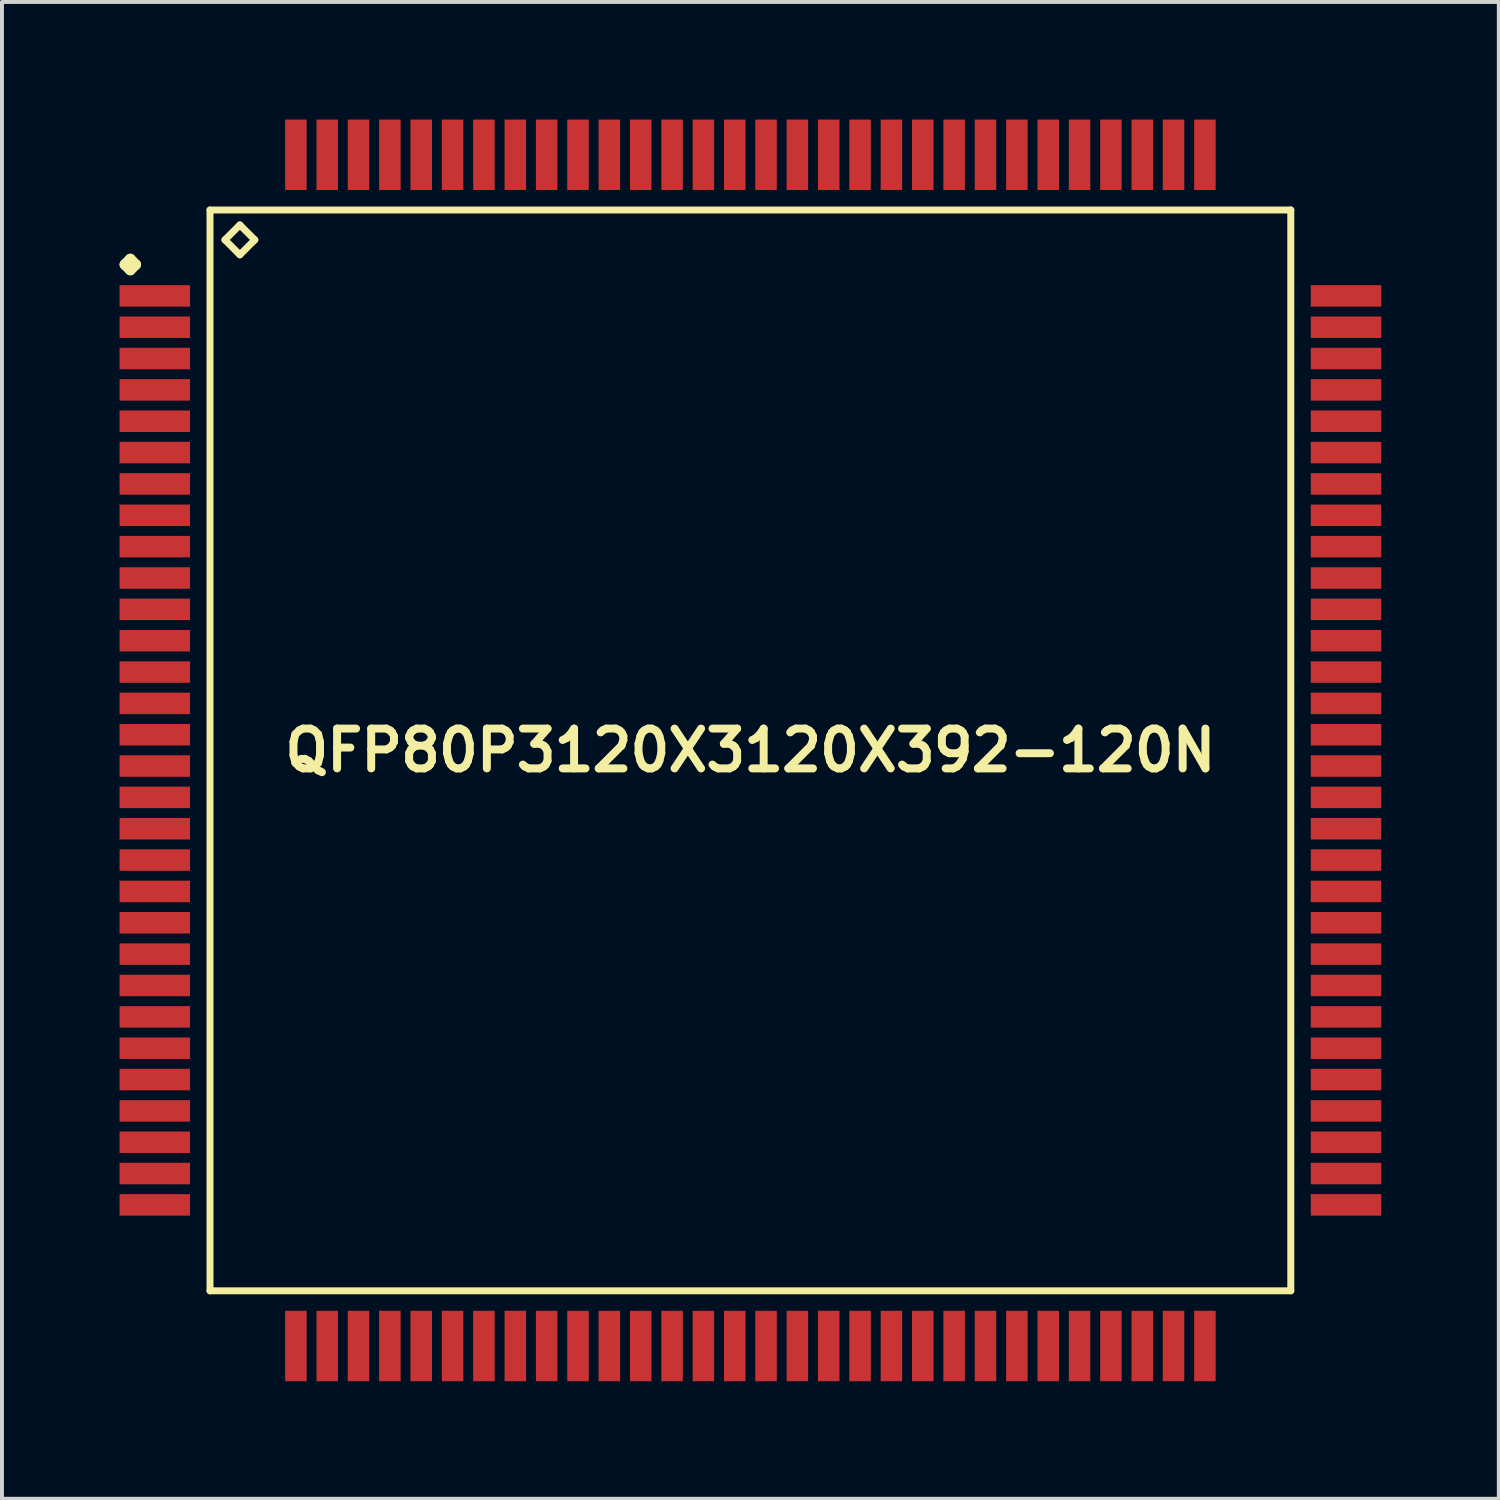
<source format=kicad_pcb>
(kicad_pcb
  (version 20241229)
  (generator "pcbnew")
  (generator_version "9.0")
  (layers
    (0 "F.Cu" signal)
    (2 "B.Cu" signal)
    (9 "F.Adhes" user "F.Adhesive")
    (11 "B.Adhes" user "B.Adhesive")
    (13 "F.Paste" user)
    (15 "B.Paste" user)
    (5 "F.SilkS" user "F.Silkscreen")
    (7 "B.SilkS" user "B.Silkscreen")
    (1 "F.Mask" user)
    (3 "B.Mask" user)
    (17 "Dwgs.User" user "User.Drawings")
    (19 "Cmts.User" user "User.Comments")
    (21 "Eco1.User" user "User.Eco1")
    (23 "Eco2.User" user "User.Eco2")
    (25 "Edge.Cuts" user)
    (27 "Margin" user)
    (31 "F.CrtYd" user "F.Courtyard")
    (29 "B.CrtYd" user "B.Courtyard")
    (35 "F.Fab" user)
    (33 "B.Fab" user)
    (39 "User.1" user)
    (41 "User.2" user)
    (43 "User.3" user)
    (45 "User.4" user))
  (footprint "QFP80P3120X3120X392-120N"
    (layer "F.Cu")
    (at 16.099 16.099)
    (property "Reference" "QFP80P3120X3120X392-120N" (at 0 0 0) (layer "F.SilkS") (effects (font (size 1.016 1.016) (thickness 0.203))))
    (attr smd)
    (fp_line (start -15.961 -12.398) (end -15.824 -12.537) (stroke (width 0.274) (type solid)) (layer "F.SilkS"))
    (fp_line (start -15.824 -12.537) (end -15.687 -12.398) (stroke (width 0.274) (type solid)) (layer "F.SilkS"))
    (fp_line (start -15.824 -12.261) (end -15.961 -12.398) (stroke (width 0.274) (type solid)) (layer "F.SilkS"))
    (fp_line (start -15.687 -12.398) (end -15.824 -12.261) (stroke (width 0.274) (type solid)) (layer "F.SilkS"))
    (fp_line (start -13.79 -13.79) (end -13.79 13.79) (stroke (width 0.178) (type solid)) (layer "F.SilkS"))
    (fp_line (start -13.79 13.79) (end 13.79 13.79) (stroke (width 0.178) (type solid)) (layer "F.SilkS"))
    (fp_line (start -13.409 -13.028) (end -13.028 -13.409) (stroke (width 0.178) (type solid)) (layer "F.SilkS"))
    (fp_line (start -13.028 -13.409) (end -12.647 -13.028) (stroke (width 0.178) (type solid)) (layer "F.SilkS"))
    (fp_line (start -13.028 -12.647) (end -13.409 -13.028) (stroke (width 0.178) (type solid)) (layer "F.SilkS"))
    (fp_line (start -12.647 -13.028) (end -13.028 -12.647) (stroke (width 0.178) (type solid)) (layer "F.SilkS"))
    (fp_line (start 13.79 -13.79) (end -13.79 -13.79) (stroke (width 0.178) (type solid)) (layer "F.SilkS"))
    (fp_line (start 13.79 13.79) (end 13.79 -13.79) (stroke (width 0.178) (type solid)) (layer "F.SilkS"))
    (pad "1" smd rect (at -15.199 -11.598) (size 1.798 0.549) (layers "F.Cu" "F.Mask" "F.Paste"))
    (pad "2" smd rect (at -15.199 -10.798) (size 1.798 0.549) (layers "F.Cu" "F.Mask" "F.Paste"))
    (pad "3" smd rect (at -15.199 -10) (size 1.798 0.549) (layers "F.Cu" "F.Mask" "F.Paste"))
    (pad "4" smd rect (at -15.199 -9.2) (size 1.798 0.549) (layers "F.Cu" "F.Mask" "F.Paste"))
    (pad "5" smd rect (at -15.199 -8.4) (size 1.798 0.549) (layers "F.Cu" "F.Mask" "F.Paste"))
    (pad "6" smd rect (at -15.199 -7.6) (size 1.798 0.549) (layers "F.Cu" "F.Mask" "F.Paste"))
    (pad "7" smd rect (at -15.199 -6.8) (size 1.798 0.549) (layers "F.Cu" "F.Mask" "F.Paste"))
    (pad "8" smd rect (at -15.199 -5.999) (size 1.798 0.549) (layers "F.Cu" "F.Mask" "F.Paste"))
    (pad "9" smd rect (at -15.199 -5.199) (size 1.798 0.549) (layers "F.Cu" "F.Mask" "F.Paste"))
    (pad "10" smd rect (at -15.199 -4.399) (size 1.798 0.549) (layers "F.Cu" "F.Mask" "F.Paste"))
    (pad "11" smd rect (at -15.199 -3.599) (size 1.798 0.549) (layers "F.Cu" "F.Mask" "F.Paste"))
    (pad "12" smd rect (at -15.199 -2.799) (size 1.798 0.549) (layers "F.Cu" "F.Mask" "F.Paste"))
    (pad "13" smd rect (at -15.199 -1.999) (size 1.798 0.549) (layers "F.Cu" "F.Mask" "F.Paste"))
    (pad "14" smd rect (at -15.199 -1.199) (size 1.798 0.549) (layers "F.Cu" "F.Mask" "F.Paste"))
    (pad "15" smd rect (at -15.199 -0.399) (size 1.798 0.549) (layers "F.Cu" "F.Mask" "F.Paste"))
    (pad "16" smd rect (at -15.199 0.399) (size 1.798 0.549) (layers "F.Cu" "F.Mask" "F.Paste"))
    (pad "17" smd rect (at -15.199 1.199) (size 1.798 0.549) (layers "F.Cu" "F.Mask" "F.Paste"))
    (pad "18" smd rect (at -15.199 1.999) (size 1.798 0.549) (layers "F.Cu" "F.Mask" "F.Paste"))
    (pad "19" smd rect (at -15.199 2.799) (size 1.798 0.549) (layers "F.Cu" "F.Mask" "F.Paste"))
    (pad "20" smd rect (at -15.199 3.599) (size 1.798 0.549) (layers "F.Cu" "F.Mask" "F.Paste"))
    (pad "21" smd rect (at -15.199 4.399) (size 1.798 0.549) (layers "F.Cu" "F.Mask" "F.Paste"))
    (pad "22" smd rect (at -15.199 5.199) (size 1.798 0.549) (layers "F.Cu" "F.Mask" "F.Paste"))
    (pad "23" smd rect (at -15.199 5.999) (size 1.798 0.549) (layers "F.Cu" "F.Mask" "F.Paste"))
    (pad "24" smd rect (at -15.199 6.8) (size 1.798 0.549) (layers "F.Cu" "F.Mask" "F.Paste"))
    (pad "25" smd rect (at -15.199 7.6) (size 1.798 0.549) (layers "F.Cu" "F.Mask" "F.Paste"))
    (pad "26" smd rect (at -15.199 8.4) (size 1.798 0.549) (layers "F.Cu" "F.Mask" "F.Paste"))
    (pad "27" smd rect (at -15.199 9.2) (size 1.798 0.549) (layers "F.Cu" "F.Mask" "F.Paste"))
    (pad "28" smd rect (at -15.199 10) (size 1.798 0.549) (layers "F.Cu" "F.Mask" "F.Paste"))
    (pad "29" smd rect (at -15.199 10.798) (size 1.798 0.549) (layers "F.Cu" "F.Mask" "F.Paste"))
    (pad "30" smd rect (at -15.199 11.598) (size 1.798 0.549) (layers "F.Cu" "F.Mask" "F.Paste"))
    (pad "31" smd rect (at -11.598 15.199) (size 0.549 1.798) (layers "F.Cu" "F.Mask" "F.Paste"))
    (pad "32" smd rect (at -10.798 15.199) (size 0.549 1.798) (layers "F.Cu" "F.Mask" "F.Paste"))
    (pad "33" smd rect (at -10 15.199) (size 0.549 1.798) (layers "F.Cu" "F.Mask" "F.Paste"))
    (pad "34" smd rect (at -9.2 15.199) (size 0.549 1.798) (layers "F.Cu" "F.Mask" "F.Paste"))
    (pad "35" smd rect (at -8.4 15.199) (size 0.549 1.798) (layers "F.Cu" "F.Mask" "F.Paste"))
    (pad "36" smd rect (at -7.6 15.199) (size 0.549 1.798) (layers "F.Cu" "F.Mask" "F.Paste"))
    (pad "37" smd rect (at -6.8 15.199) (size 0.549 1.798) (layers "F.Cu" "F.Mask" "F.Paste"))
    (pad "38" smd rect (at -5.999 15.199) (size 0.549 1.798) (layers "F.Cu" "F.Mask" "F.Paste"))
    (pad "39" smd rect (at -5.199 15.199) (size 0.549 1.798) (layers "F.Cu" "F.Mask" "F.Paste"))
    (pad "40" smd rect (at -4.399 15.199) (size 0.549 1.798) (layers "F.Cu" "F.Mask" "F.Paste"))
    (pad "41" smd rect (at -3.599 15.199) (size 0.549 1.798) (layers "F.Cu" "F.Mask" "F.Paste"))
    (pad "42" smd rect (at -2.799 15.199) (size 0.549 1.798) (layers "F.Cu" "F.Mask" "F.Paste"))
    (pad "43" smd rect (at -1.999 15.199) (size 0.549 1.798) (layers "F.Cu" "F.Mask" "F.Paste"))
    (pad "44" smd rect (at -1.199 15.199) (size 0.549 1.798) (layers "F.Cu" "F.Mask" "F.Paste"))
    (pad "45" smd rect (at -0.399 15.199) (size 0.549 1.798) (layers "F.Cu" "F.Mask" "F.Paste"))
    (pad "46" smd rect (at 0.399 15.199) (size 0.549 1.798) (layers "F.Cu" "F.Mask" "F.Paste"))
    (pad "47" smd rect (at 1.199 15.199) (size 0.549 1.798) (layers "F.Cu" "F.Mask" "F.Paste"))
    (pad "48" smd rect (at 1.999 15.199) (size 0.549 1.798) (layers "F.Cu" "F.Mask" "F.Paste"))
    (pad "49" smd rect (at 2.799 15.199) (size 0.549 1.798) (layers "F.Cu" "F.Mask" "F.Paste"))
    (pad "50" smd rect (at 3.599 15.199) (size 0.549 1.798) (layers "F.Cu" "F.Mask" "F.Paste"))
    (pad "51" smd rect (at 4.399 15.199) (size 0.549 1.798) (layers "F.Cu" "F.Mask" "F.Paste"))
    (pad "52" smd rect (at 5.199 15.199) (size 0.549 1.798) (layers "F.Cu" "F.Mask" "F.Paste"))
    (pad "53" smd rect (at 5.999 15.199) (size 0.549 1.798) (layers "F.Cu" "F.Mask" "F.Paste"))
    (pad "54" smd rect (at 6.8 15.199) (size 0.549 1.798) (layers "F.Cu" "F.Mask" "F.Paste"))
    (pad "55" smd rect (at 7.6 15.199) (size 0.549 1.798) (layers "F.Cu" "F.Mask" "F.Paste"))
    (pad "56" smd rect (at 8.4 15.199) (size 0.549 1.798) (layers "F.Cu" "F.Mask" "F.Paste"))
    (pad "57" smd rect (at 9.2 15.199) (size 0.549 1.798) (layers "F.Cu" "F.Mask" "F.Paste"))
    (pad "58" smd rect (at 10 15.199) (size 0.549 1.798) (layers "F.Cu" "F.Mask" "F.Paste"))
    (pad "59" smd rect (at 10.798 15.199) (size 0.549 1.798) (layers "F.Cu" "F.Mask" "F.Paste"))
    (pad "60" smd rect (at 11.598 15.199) (size 0.549 1.798) (layers "F.Cu" "F.Mask" "F.Paste"))
    (pad "61" smd rect (at 15.199 11.598) (size 1.798 0.549) (layers "F.Cu" "F.Mask" "F.Paste"))
    (pad "62" smd rect (at 15.199 10.798) (size 1.798 0.549) (layers "F.Cu" "F.Mask" "F.Paste"))
    (pad "63" smd rect (at 15.199 10) (size 1.798 0.549) (layers "F.Cu" "F.Mask" "F.Paste"))
    (pad "64" smd rect (at 15.199 9.2) (size 1.798 0.549) (layers "F.Cu" "F.Mask" "F.Paste"))
    (pad "65" smd rect (at 15.199 8.4) (size 1.798 0.549) (layers "F.Cu" "F.Mask" "F.Paste"))
    (pad "66" smd rect (at 15.199 7.6) (size 1.798 0.549) (layers "F.Cu" "F.Mask" "F.Paste"))
    (pad "67" smd rect (at 15.199 6.8) (size 1.798 0.549) (layers "F.Cu" "F.Mask" "F.Paste"))
    (pad "68" smd rect (at 15.199 5.999) (size 1.798 0.549) (layers "F.Cu" "F.Mask" "F.Paste"))
    (pad "69" smd rect (at 15.199 5.199) (size 1.798 0.549) (layers "F.Cu" "F.Mask" "F.Paste"))
    (pad "70" smd rect (at 15.199 4.399) (size 1.798 0.549) (layers "F.Cu" "F.Mask" "F.Paste"))
    (pad "71" smd rect (at 15.199 3.599) (size 1.798 0.549) (layers "F.Cu" "F.Mask" "F.Paste"))
    (pad "72" smd rect (at 15.199 2.799) (size 1.798 0.549) (layers "F.Cu" "F.Mask" "F.Paste"))
    (pad "73" smd rect (at 15.199 1.999) (size 1.798 0.549) (layers "F.Cu" "F.Mask" "F.Paste"))
    (pad "74" smd rect (at 15.199 1.199) (size 1.798 0.549) (layers "F.Cu" "F.Mask" "F.Paste"))
    (pad "75" smd rect (at 15.199 0.399) (size 1.798 0.549) (layers "F.Cu" "F.Mask" "F.Paste"))
    (pad "76" smd rect (at 15.199 -0.399) (size 1.798 0.549) (layers "F.Cu" "F.Mask" "F.Paste"))
    (pad "77" smd rect (at 15.199 -1.199) (size 1.798 0.549) (layers "F.Cu" "F.Mask" "F.Paste"))
    (pad "78" smd rect (at 15.199 -1.999) (size 1.798 0.549) (layers "F.Cu" "F.Mask" "F.Paste"))
    (pad "79" smd rect (at 15.199 -2.799) (size 1.798 0.549) (layers "F.Cu" "F.Mask" "F.Paste"))
    (pad "80" smd rect (at 15.199 -3.599) (size 1.798 0.549) (layers "F.Cu" "F.Mask" "F.Paste"))
    (pad "81" smd rect (at 15.199 -4.399) (size 1.798 0.549) (layers "F.Cu" "F.Mask" "F.Paste"))
    (pad "82" smd rect (at 15.199 -5.199) (size 1.798 0.549) (layers "F.Cu" "F.Mask" "F.Paste"))
    (pad "83" smd rect (at 15.199 -5.999) (size 1.798 0.549) (layers "F.Cu" "F.Mask" "F.Paste"))
    (pad "84" smd rect (at 15.199 -6.8) (size 1.798 0.549) (layers "F.Cu" "F.Mask" "F.Paste"))
    (pad "85" smd rect (at 15.199 -7.6) (size 1.798 0.549) (layers "F.Cu" "F.Mask" "F.Paste"))
    (pad "86" smd rect (at 15.199 -8.4) (size 1.798 0.549) (layers "F.Cu" "F.Mask" "F.Paste"))
    (pad "87" smd rect (at 15.199 -9.2) (size 1.798 0.549) (layers "F.Cu" "F.Mask" "F.Paste"))
    (pad "88" smd rect (at 15.199 -10) (size 1.798 0.549) (layers "F.Cu" "F.Mask" "F.Paste"))
    (pad "89" smd rect (at 15.199 -10.798) (size 1.798 0.549) (layers "F.Cu" "F.Mask" "F.Paste"))
    (pad "90" smd rect (at 15.199 -11.598) (size 1.798 0.549) (layers "F.Cu" "F.Mask" "F.Paste"))
    (pad "91" smd rect (at 11.598 -15.199) (size 0.549 1.798) (layers "F.Cu" "F.Mask" "F.Paste"))
    (pad "92" smd rect (at 10.798 -15.199) (size 0.549 1.798) (layers "F.Cu" "F.Mask" "F.Paste"))
    (pad "93" smd rect (at 10 -15.199) (size 0.549 1.798) (layers "F.Cu" "F.Mask" "F.Paste"))
    (pad "94" smd rect (at 9.2 -15.199) (size 0.549 1.798) (layers "F.Cu" "F.Mask" "F.Paste"))
    (pad "95" smd rect (at 8.4 -15.199) (size 0.549 1.798) (layers "F.Cu" "F.Mask" "F.Paste"))
    (pad "96" smd rect (at 7.6 -15.199) (size 0.549 1.798) (layers "F.Cu" "F.Mask" "F.Paste"))
    (pad "97" smd rect (at 6.8 -15.199) (size 0.549 1.798) (layers "F.Cu" "F.Mask" "F.Paste"))
    (pad "98" smd rect (at 5.999 -15.199) (size 0.549 1.798) (layers "F.Cu" "F.Mask" "F.Paste"))
    (pad "99" smd rect (at 5.199 -15.199) (size 0.549 1.798) (layers "F.Cu" "F.Mask" "F.Paste"))
    (pad "100" smd rect (at 4.399 -15.199) (size 0.549 1.798) (layers "F.Cu" "F.Mask" "F.Paste"))
    (pad "101" smd rect (at 3.599 -15.199) (size 0.549 1.798) (layers "F.Cu" "F.Mask" "F.Paste"))
    (pad "102" smd rect (at 2.799 -15.199) (size 0.549 1.798) (layers "F.Cu" "F.Mask" "F.Paste"))
    (pad "103" smd rect (at 1.999 -15.199) (size 0.549 1.798) (layers "F.Cu" "F.Mask" "F.Paste"))
    (pad "104" smd rect (at 1.199 -15.199) (size 0.549 1.798) (layers "F.Cu" "F.Mask" "F.Paste"))
    (pad "105" smd rect (at 0.399 -15.199) (size 0.549 1.798) (layers "F.Cu" "F.Mask" "F.Paste"))
    (pad "106" smd rect (at -0.399 -15.199) (size 0.549 1.798) (layers "F.Cu" "F.Mask" "F.Paste"))
    (pad "107" smd rect (at -1.199 -15.199) (size 0.549 1.798) (layers "F.Cu" "F.Mask" "F.Paste"))
    (pad "108" smd rect (at -1.999 -15.199) (size 0.549 1.798) (layers "F.Cu" "F.Mask" "F.Paste"))
    (pad "109" smd rect (at -2.799 -15.199) (size 0.549 1.798) (layers "F.Cu" "F.Mask" "F.Paste"))
    (pad "110" smd rect (at -3.599 -15.199) (size 0.549 1.798) (layers "F.Cu" "F.Mask" "F.Paste"))
    (pad "111" smd rect (at -4.399 -15.199) (size 0.549 1.798) (layers "F.Cu" "F.Mask" "F.Paste"))
    (pad "112" smd rect (at -5.199 -15.199) (size 0.549 1.798) (layers "F.Cu" "F.Mask" "F.Paste"))
    (pad "113" smd rect (at -5.999 -15.199) (size 0.549 1.798) (layers "F.Cu" "F.Mask" "F.Paste"))
    (pad "114" smd rect (at -6.8 -15.199) (size 0.549 1.798) (layers "F.Cu" "F.Mask" "F.Paste"))
    (pad "115" smd rect (at -7.6 -15.199) (size 0.549 1.798) (layers "F.Cu" "F.Mask" "F.Paste"))
    (pad "116" smd rect (at -8.4 -15.199) (size 0.549 1.798) (layers "F.Cu" "F.Mask" "F.Paste"))
    (pad "117" smd rect (at -9.2 -15.199) (size 0.549 1.798) (layers "F.Cu" "F.Mask" "F.Paste"))
    (pad "118" smd rect (at -10 -15.199) (size 0.549 1.798) (layers "F.Cu" "F.Mask" "F.Paste"))
    (pad "119" smd rect (at -10.798 -15.199) (size 0.549 1.798) (layers "F.Cu" "F.Mask" "F.Paste"))
    (pad "120" smd rect (at -11.598 -15.199) (size 0.549 1.798) (layers "F.Cu" "F.Mask" "F.Paste")))
  (gr_rect
    (start -3 -3)
    (end 35.197 35.197)
    (stroke (width 0.1) (type default))
    (fill no)
    (layer "Edge.Cuts")))
</source>
